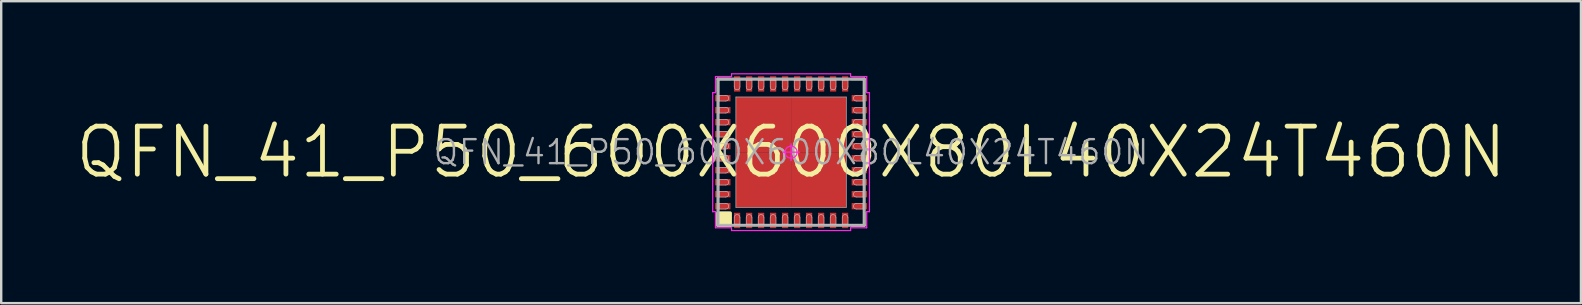
<source format=kicad_pcb>
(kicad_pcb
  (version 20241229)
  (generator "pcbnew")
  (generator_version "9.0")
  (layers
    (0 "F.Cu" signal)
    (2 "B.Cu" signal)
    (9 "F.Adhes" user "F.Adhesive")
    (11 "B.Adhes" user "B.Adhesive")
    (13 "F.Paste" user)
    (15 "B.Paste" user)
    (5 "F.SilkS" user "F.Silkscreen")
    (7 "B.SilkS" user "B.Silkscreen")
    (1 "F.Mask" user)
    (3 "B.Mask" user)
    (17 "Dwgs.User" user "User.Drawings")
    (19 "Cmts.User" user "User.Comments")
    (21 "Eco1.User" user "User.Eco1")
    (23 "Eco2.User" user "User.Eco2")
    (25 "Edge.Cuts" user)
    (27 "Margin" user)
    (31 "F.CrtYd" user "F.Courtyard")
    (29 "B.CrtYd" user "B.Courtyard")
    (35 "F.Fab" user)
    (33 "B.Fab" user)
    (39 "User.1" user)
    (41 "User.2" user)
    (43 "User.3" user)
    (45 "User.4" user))
  (footprint "QFN_41_P50_600X600X80L40X24T460N"
    (layer "F.Cu")
    (at 29.91 3.29)
    (property "Reference" "QFN_41_P50_600X600X80L40X24T460N" (at 0 0 0) (layer "F.Fab") (effects (font (size 1 1) (thickness 0.1))))
    (attr smd)
    (fp_line (start -3.05 -3.05) (end -3.05 -2.53) (stroke (width 0.1) (type solid)) (layer "F.SilkS"))
    (fp_line (start -3.05 3.05) (end -3.05 2.53) (stroke (width 0.1) (type solid)) (layer "F.SilkS"))
    (fp_line (start -2.53 -3.05) (end -3.05 -3.05) (stroke (width 0.1) (type solid)) (layer "F.SilkS"))
    (fp_line (start -2.53 3.05) (end -3.05 3.05) (stroke (width 0.1) (type solid)) (layer "F.SilkS"))
    (fp_line (start -2.53 3.05) (end -2.53 3.065) (stroke (width 0.1) (type solid)) (layer "F.SilkS"))
    (fp_line (start 2.53 -3.05) (end 3.05 -3.05) (stroke (width 0.1) (type solid)) (layer "F.SilkS"))
    (fp_line (start 2.53 3.05) (end 3.05 3.05) (stroke (width 0.1) (type solid)) (layer "F.SilkS"))
    (fp_line (start 3.05 -3.05) (end 3.05 -2.53) (stroke (width 0.1) (type solid)) (layer "F.SilkS"))
    (fp_line (start 3.05 3.05) (end 3.05 2.53) (stroke (width 0.1) (type solid)) (layer "F.SilkS"))
    (fp_poly (pts (xy -3.048 2.54) (xy -2.54 2.54) (xy -2.54 3.048) (xy -3.048 3.048)) (stroke (width 0.15) (type solid)) (fill yes) (layer "F.SilkS"))
    (fp_line (start -3 -3) (end 3 -3) (stroke (width 0.025) (type solid)) (layer "Dwgs.User"))
    (fp_line (start -3 -2.37) (end -3 -2.13) (stroke (width 0.025) (type solid)) (layer "Dwgs.User"))
    (fp_line (start -3 -2.13) (end -2.72 -2.13) (stroke (width 0.025) (type solid)) (layer "Dwgs.User"))
    (fp_line (start -3 -1.87) (end -3 -1.63) (stroke (width 0.025) (type solid)) (layer "Dwgs.User"))
    (fp_line (start -3 -1.63) (end -2.72 -1.63) (stroke (width 0.025) (type solid)) (layer "Dwgs.User"))
    (fp_line (start -3 -1.37) (end -3 -1.13) (stroke (width 0.025) (type solid)) (layer "Dwgs.User"))
    (fp_line (start -3 -1.13) (end -2.72 -1.13) (stroke (width 0.025) (type solid)) (layer "Dwgs.User"))
    (fp_line (start -3 -0.87) (end -3 -0.63) (stroke (width 0.025) (type solid)) (layer "Dwgs.User"))
    (fp_line (start -3 -0.63) (end -2.72 -0.63) (stroke (width 0.025) (type solid)) (layer "Dwgs.User"))
    (fp_line (start -3 -0.37) (end -3 -0.13) (stroke (width 0.025) (type solid)) (layer "Dwgs.User"))
    (fp_line (start -3 -0.13) (end -2.72 -0.13) (stroke (width 0.025) (type solid)) (layer "Dwgs.User"))
    (fp_line (start -3 0.13) (end -3 0.37) (stroke (width 0.025) (type solid)) (layer "Dwgs.User"))
    (fp_line (start -3 0.37) (end -2.72 0.37) (stroke (width 0.025) (type solid)) (layer "Dwgs.User"))
    (fp_line (start -3 0.63) (end -3 0.87) (stroke (width 0.025) (type solid)) (layer "Dwgs.User"))
    (fp_line (start -3 0.87) (end -2.72 0.87) (stroke (width 0.025) (type solid)) (layer "Dwgs.User"))
    (fp_line (start -3 1.13) (end -3 1.37) (stroke (width 0.025) (type solid)) (layer "Dwgs.User"))
    (fp_line (start -3 1.37) (end -2.72 1.37) (stroke (width 0.025) (type solid)) (layer "Dwgs.User"))
    (fp_line (start -3 1.63) (end -3 1.87) (stroke (width 0.025) (type solid)) (layer "Dwgs.User"))
    (fp_line (start -3 1.87) (end -2.72 1.87) (stroke (width 0.025) (type solid)) (layer "Dwgs.User"))
    (fp_line (start -3 2.13) (end -3 2.37) (stroke (width 0.025) (type solid)) (layer "Dwgs.User"))
    (fp_line (start -3 2.37) (end -2.72 2.37) (stroke (width 0.025) (type solid)) (layer "Dwgs.User"))
    (fp_line (start -3 3) (end -3 -3) (stroke (width 0.025) (type solid)) (layer "Dwgs.User"))
    (fp_line (start -2.72 -2.37) (end -3 -2.37) (stroke (width 0.025) (type solid)) (layer "Dwgs.User"))
    (fp_line (start -2.72 -1.87) (end -3 -1.87) (stroke (width 0.025) (type solid)) (layer "Dwgs.User"))
    (fp_line (start -2.72 -1.37) (end -3 -1.37) (stroke (width 0.025) (type solid)) (layer "Dwgs.User"))
    (fp_line (start -2.72 -0.87) (end -3 -0.87) (stroke (width 0.025) (type solid)) (layer "Dwgs.User"))
    (fp_line (start -2.72 -0.37) (end -3 -0.37) (stroke (width 0.025) (type solid)) (layer "Dwgs.User"))
    (fp_line (start -2.72 0.13) (end -3 0.13) (stroke (width 0.025) (type solid)) (layer "Dwgs.User"))
    (fp_line (start -2.72 0.63) (end -3 0.63) (stroke (width 0.025) (type solid)) (layer "Dwgs.User"))
    (fp_line (start -2.72 1.13) (end -3 1.13) (stroke (width 0.025) (type solid)) (layer "Dwgs.User"))
    (fp_line (start -2.72 1.63) (end -3 1.63) (stroke (width 0.025) (type solid)) (layer "Dwgs.User"))
    (fp_line (start -2.72 2.13) (end -3 2.13) (stroke (width 0.025) (type solid)) (layer "Dwgs.User"))
    (fp_line (start -2.37 -3) (end -2.37 -2.72) (stroke (width 0.025) (type solid)) (layer "Dwgs.User"))
    (fp_line (start -2.37 2.72) (end -2.37 3) (stroke (width 0.025) (type solid)) (layer "Dwgs.User"))
    (fp_line (start -2.37 3) (end -2.13 3) (stroke (width 0.025) (type solid)) (layer "Dwgs.User"))
    (fp_line (start -2.3 -2.3) (end 2.3 -2.3) (stroke (width 0.025) (type solid)) (layer "Dwgs.User"))
    (fp_line (start -2.3 2.3) (end -2.3 -2.3) (stroke (width 0.025) (type solid)) (layer "Dwgs.User"))
    (fp_line (start -2.13 -3) (end -2.37 -3) (stroke (width 0.025) (type solid)) (layer "Dwgs.User"))
    (fp_line (start -2.13 -2.72) (end -2.13 -3) (stroke (width 0.025) (type solid)) (layer "Dwgs.User"))
    (fp_line (start -2.13 3) (end -2.13 2.72) (stroke (width 0.025) (type solid)) (layer "Dwgs.User"))
    (fp_line (start -1.87 -3) (end -1.87 -2.72) (stroke (width 0.025) (type solid)) (layer "Dwgs.User"))
    (fp_line (start -1.87 2.72) (end -1.87 3) (stroke (width 0.025) (type solid)) (layer "Dwgs.User"))
    (fp_line (start -1.87 3) (end -1.63 3) (stroke (width 0.025) (type solid)) (layer "Dwgs.User"))
    (fp_line (start -1.63 -3) (end -1.87 -3) (stroke (width 0.025) (type solid)) (layer "Dwgs.User"))
    (fp_line (start -1.63 -2.72) (end -1.63 -3) (stroke (width 0.025) (type solid)) (layer "Dwgs.User"))
    (fp_line (start -1.63 3) (end -1.63 2.72) (stroke (width 0.025) (type solid)) (layer "Dwgs.User"))
    (fp_line (start -1.37 -3) (end -1.37 -2.72) (stroke (width 0.025) (type solid)) (layer "Dwgs.User"))
    (fp_line (start -1.37 2.72) (end -1.37 3) (stroke (width 0.025) (type solid)) (layer "Dwgs.User"))
    (fp_line (start -1.37 3) (end -1.13 3) (stroke (width 0.025) (type solid)) (layer "Dwgs.User"))
    (fp_line (start -1.13 -3) (end -1.37 -3) (stroke (width 0.025) (type solid)) (layer "Dwgs.User"))
    (fp_line (start -1.13 -2.72) (end -1.13 -3) (stroke (width 0.025) (type solid)) (layer "Dwgs.User"))
    (fp_line (start -1.13 3) (end -1.13 2.72) (stroke (width 0.025) (type solid)) (layer "Dwgs.User"))
    (fp_line (start -0.87 -3) (end -0.87 -2.72) (stroke (width 0.025) (type solid)) (layer "Dwgs.User"))
    (fp_line (start -0.87 2.72) (end -0.87 3) (stroke (width 0.025) (type solid)) (layer "Dwgs.User"))
    (fp_line (start -0.87 3) (end -0.63 3) (stroke (width 0.025) (type solid)) (layer "Dwgs.User"))
    (fp_line (start -0.63 -3) (end -0.87 -3) (stroke (width 0.025) (type solid)) (layer "Dwgs.User"))
    (fp_line (start -0.63 -2.72) (end -0.63 -3) (stroke (width 0.025) (type solid)) (layer "Dwgs.User"))
    (fp_line (start -0.63 3) (end -0.63 2.72) (stroke (width 0.025) (type solid)) (layer "Dwgs.User"))
    (fp_line (start -0.37 -3) (end -0.37 -2.72) (stroke (width 0.025) (type solid)) (layer "Dwgs.User"))
    (fp_line (start -0.37 2.72) (end -0.37 3) (stroke (width 0.025) (type solid)) (layer "Dwgs.User"))
    (fp_line (start -0.37 3) (end -0.13 3) (stroke (width 0.025) (type solid)) (layer "Dwgs.User"))
    (fp_line (start -0.13 -3) (end -0.37 -3) (stroke (width 0.025) (type solid)) (layer "Dwgs.User"))
    (fp_line (start -0.13 -2.72) (end -0.13 -3) (stroke (width 0.025) (type solid)) (layer "Dwgs.User"))
    (fp_line (start -0.13 3) (end -0.13 2.72) (stroke (width 0.025) (type solid)) (layer "Dwgs.User"))
    (fp_line (start 0.13 -3) (end 0.13 -2.72) (stroke (width 0.025) (type solid)) (layer "Dwgs.User"))
    (fp_line (start 0.13 2.72) (end 0.13 3) (stroke (width 0.025) (type solid)) (layer "Dwgs.User"))
    (fp_line (start 0.13 3) (end 0.37 3) (stroke (width 0.025) (type solid)) (layer "Dwgs.User"))
    (fp_line (start 0.37 -3) (end 0.13 -3) (stroke (width 0.025) (type solid)) (layer "Dwgs.User"))
    (fp_line (start 0.37 -2.72) (end 0.37 -3) (stroke (width 0.025) (type solid)) (layer "Dwgs.User"))
    (fp_line (start 0.37 3) (end 0.37 2.72) (stroke (width 0.025) (type solid)) (layer "Dwgs.User"))
    (fp_line (start 0.63 -3) (end 0.63 -2.72) (stroke (width 0.025) (type solid)) (layer "Dwgs.User"))
    (fp_line (start 0.63 2.72) (end 0.63 3) (stroke (width 0.025) (type solid)) (layer "Dwgs.User"))
    (fp_line (start 0.63 3) (end 0.87 3) (stroke (width 0.025) (type solid)) (layer "Dwgs.User"))
    (fp_line (start 0.87 -3) (end 0.63 -3) (stroke (width 0.025) (type solid)) (layer "Dwgs.User"))
    (fp_line (start 0.87 -2.72) (end 0.87 -3) (stroke (width 0.025) (type solid)) (layer "Dwgs.User"))
    (fp_line (start 0.87 3) (end 0.87 2.72) (stroke (width 0.025) (type solid)) (layer "Dwgs.User"))
    (fp_line (start 1.13 -3) (end 1.13 -2.72) (stroke (width 0.025) (type solid)) (layer "Dwgs.User"))
    (fp_line (start 1.13 2.72) (end 1.13 3) (stroke (width 0.025) (type solid)) (layer "Dwgs.User"))
    (fp_line (start 1.13 3) (end 1.37 3) (stroke (width 0.025) (type solid)) (layer "Dwgs.User"))
    (fp_line (start 1.37 -3) (end 1.13 -3) (stroke (width 0.025) (type solid)) (layer "Dwgs.User"))
    (fp_line (start 1.37 -2.72) (end 1.37 -3) (stroke (width 0.025) (type solid)) (layer "Dwgs.User"))
    (fp_line (start 1.37 3) (end 1.37 2.72) (stroke (width 0.025) (type solid)) (layer "Dwgs.User"))
    (fp_line (start 1.63 -3) (end 1.63 -2.72) (stroke (width 0.025) (type solid)) (layer "Dwgs.User"))
    (fp_line (start 1.63 2.72) (end 1.63 3) (stroke (width 0.025) (type solid)) (layer "Dwgs.User"))
    (fp_line (start 1.63 3) (end 1.87 3) (stroke (width 0.025) (type solid)) (layer "Dwgs.User"))
    (fp_line (start 1.87 -3) (end 1.63 -3) (stroke (width 0.025) (type solid)) (layer "Dwgs.User"))
    (fp_line (start 1.87 -2.72) (end 1.87 -3) (stroke (width 0.025) (type solid)) (layer "Dwgs.User"))
    (fp_line (start 1.87 3) (end 1.87 2.72) (stroke (width 0.025) (type solid)) (layer "Dwgs.User"))
    (fp_line (start 2.13 -3) (end 2.13 -2.72) (stroke (width 0.025) (type solid)) (layer "Dwgs.User"))
    (fp_line (start 2.13 2.72) (end 2.13 3) (stroke (width 0.025) (type solid)) (layer "Dwgs.User"))
    (fp_line (start 2.13 3) (end 2.37 3) (stroke (width 0.025) (type solid)) (layer "Dwgs.User"))
    (fp_line (start 2.3 -2.3) (end 2.3 2.3) (stroke (width 0.025) (type solid)) (layer "Dwgs.User"))
    (fp_line (start 2.3 2.3) (end -2.3 2.3) (stroke (width 0.025) (type solid)) (layer "Dwgs.User"))
    (fp_line (start 2.37 -3) (end 2.13 -3) (stroke (width 0.025) (type solid)) (layer "Dwgs.User"))
    (fp_line (start 2.37 -2.72) (end 2.37 -3) (stroke (width 0.025) (type solid)) (layer "Dwgs.User"))
    (fp_line (start 2.37 3) (end 2.37 2.72) (stroke (width 0.025) (type solid)) (layer "Dwgs.User"))
    (fp_line (start 2.72 -2.13) (end 3 -2.13) (stroke (width 0.025) (type solid)) (layer "Dwgs.User"))
    (fp_line (start 2.72 -1.63) (end 3 -1.63) (stroke (width 0.025) (type solid)) (layer "Dwgs.User"))
    (fp_line (start 2.72 -1.13) (end 3 -1.13) (stroke (width 0.025) (type solid)) (layer "Dwgs.User"))
    (fp_line (start 2.72 -0.63) (end 3 -0.63) (stroke (width 0.025) (type solid)) (layer "Dwgs.User"))
    (fp_line (start 2.72 -0.13) (end 3 -0.13) (stroke (width 0.025) (type solid)) (layer "Dwgs.User"))
    (fp_line (start 2.72 0.37) (end 3 0.37) (stroke (width 0.025) (type solid)) (layer "Dwgs.User"))
    (fp_line (start 2.72 0.87) (end 3 0.87) (stroke (width 0.025) (type solid)) (layer "Dwgs.User"))
    (fp_line (start 2.72 1.37) (end 3 1.37) (stroke (width 0.025) (type solid)) (layer "Dwgs.User"))
    (fp_line (start 2.72 1.87) (end 3 1.87) (stroke (width 0.025) (type solid)) (layer "Dwgs.User"))
    (fp_line (start 2.72 2.37) (end 3 2.37) (stroke (width 0.025) (type solid)) (layer "Dwgs.User"))
    (fp_line (start 3 -3) (end 3 3) (stroke (width 0.025) (type solid)) (layer "Dwgs.User"))
    (fp_line (start 3 -2.37) (end 2.72 -2.37) (stroke (width 0.025) (type solid)) (layer "Dwgs.User"))
    (fp_line (start 3 -2.13) (end 3 -2.37) (stroke (width 0.025) (type solid)) (layer "Dwgs.User"))
    (fp_line (start 3 -1.87) (end 2.72 -1.87) (stroke (width 0.025) (type solid)) (layer "Dwgs.User"))
    (fp_line (start 3 -1.63) (end 3 -1.87) (stroke (width 0.025) (type solid)) (layer "Dwgs.User"))
    (fp_line (start 3 -1.37) (end 2.72 -1.37) (stroke (width 0.025) (type solid)) (layer "Dwgs.User"))
    (fp_line (start 3 -1.13) (end 3 -1.37) (stroke (width 0.025) (type solid)) (layer "Dwgs.User"))
    (fp_line (start 3 -0.87) (end 2.72 -0.87) (stroke (width 0.025) (type solid)) (layer "Dwgs.User"))
    (fp_line (start 3 -0.63) (end 3 -0.87) (stroke (width 0.025) (type solid)) (layer "Dwgs.User"))
    (fp_line (start 3 -0.37) (end 2.72 -0.37) (stroke (width 0.025) (type solid)) (layer "Dwgs.User"))
    (fp_line (start 3 -0.13) (end 3 -0.37) (stroke (width 0.025) (type solid)) (layer "Dwgs.User"))
    (fp_line (start 3 0.13) (end 2.72 0.13) (stroke (width 0.025) (type solid)) (layer "Dwgs.User"))
    (fp_line (start 3 0.37) (end 3 0.13) (stroke (width 0.025) (type solid)) (layer "Dwgs.User"))
    (fp_line (start 3 0.63) (end 2.72 0.63) (stroke (width 0.025) (type solid)) (layer "Dwgs.User"))
    (fp_line (start 3 0.87) (end 3 0.63) (stroke (width 0.025) (type solid)) (layer "Dwgs.User"))
    (fp_line (start 3 1.13) (end 2.72 1.13) (stroke (width 0.025) (type solid)) (layer "Dwgs.User"))
    (fp_line (start 3 1.37) (end 3 1.13) (stroke (width 0.025) (type solid)) (layer "Dwgs.User"))
    (fp_line (start 3 1.63) (end 2.72 1.63) (stroke (width 0.025) (type solid)) (layer "Dwgs.User"))
    (fp_line (start 3 1.87) (end 3 1.63) (stroke (width 0.025) (type solid)) (layer "Dwgs.User"))
    (fp_line (start 3 2.13) (end 2.72 2.13) (stroke (width 0.025) (type solid)) (layer "Dwgs.User"))
    (fp_line (start 3 2.37) (end 3 2.13) (stroke (width 0.025) (type solid)) (layer "Dwgs.User"))
    (fp_line (start 3 3) (end -3 3) (stroke (width 0.025) (type solid)) (layer "Dwgs.User"))
    (fp_arc (start -2.72 -2.37) (mid -2.6 -2.25) (end -2.72 -2.13) (stroke (width 0.025) (type solid)) (layer "Dwgs.User"))
    (fp_arc (start -2.72 -1.87) (mid -2.6 -1.75) (end -2.72 -1.63) (stroke (width 0.025) (type solid)) (layer "Dwgs.User"))
    (fp_arc (start -2.72 -1.37) (mid -2.6 -1.25) (end -2.72 -1.13) (stroke (width 0.025) (type solid)) (layer "Dwgs.User"))
    (fp_arc (start -2.72 -0.87) (mid -2.6 -0.75) (end -2.72 -0.63) (stroke (width 0.025) (type solid)) (layer "Dwgs.User"))
    (fp_arc (start -2.72 -0.37) (mid -2.6 -0.25) (end -2.72 -0.13) (stroke (width 0.025) (type solid)) (layer "Dwgs.User"))
    (fp_arc (start -2.72 0.13) (mid -2.6 0.25) (end -2.72 0.37) (stroke (width 0.025) (type solid)) (layer "Dwgs.User"))
    (fp_arc (start -2.72 0.63) (mid -2.6 0.75) (end -2.72 0.87) (stroke (width 0.025) (type solid)) (layer "Dwgs.User"))
    (fp_arc (start -2.72 1.13) (mid -2.6 1.25) (end -2.72 1.37) (stroke (width 0.025) (type solid)) (layer "Dwgs.User"))
    (fp_arc (start -2.72 1.63) (mid -2.6 1.75) (end -2.72 1.87) (stroke (width 0.025) (type solid)) (layer "Dwgs.User"))
    (fp_arc (start -2.72 2.13) (mid -2.6 2.25) (end -2.72 2.37) (stroke (width 0.025) (type solid)) (layer "Dwgs.User"))
    (fp_arc (start -2.37 2.72) (mid -2.25 2.6) (end -2.13 2.72) (stroke (width 0.025) (type solid)) (layer "Dwgs.User"))
    (fp_arc (start -2.13 -2.72) (mid -2.25 -2.6) (end -2.37 -2.72) (stroke (width 0.025) (type solid)) (layer "Dwgs.User"))
    (fp_arc (start -1.87 2.72) (mid -1.75 2.6) (end -1.63 2.72) (stroke (width 0.025) (type solid)) (layer "Dwgs.User"))
    (fp_arc (start -1.63 -2.72) (mid -1.75 -2.6) (end -1.87 -2.72) (stroke (width 0.025) (type solid)) (layer "Dwgs.User"))
    (fp_arc (start -1.37 2.72) (mid -1.25 2.6) (end -1.13 2.72) (stroke (width 0.025) (type solid)) (layer "Dwgs.User"))
    (fp_arc (start -1.13 -2.72) (mid -1.25 -2.6) (end -1.37 -2.72) (stroke (width 0.025) (type solid)) (layer "Dwgs.User"))
    (fp_arc (start -0.87 2.72) (mid -0.75 2.6) (end -0.63 2.72) (stroke (width 0.025) (type solid)) (layer "Dwgs.User"))
    (fp_arc (start -0.63 -2.72) (mid -0.75 -2.6) (end -0.87 -2.72) (stroke (width 0.025) (type solid)) (layer "Dwgs.User"))
    (fp_arc (start -0.37 2.72) (mid -0.25 2.6) (end -0.13 2.72) (stroke (width 0.025) (type solid)) (layer "Dwgs.User"))
    (fp_arc (start -0.13 -2.72) (mid -0.25 -2.6) (end -0.37 -2.72) (stroke (width 0.025) (type solid)) (layer "Dwgs.User"))
    (fp_arc (start 0.13 2.72) (mid 0.25 2.6) (end 0.37 2.72) (stroke (width 0.025) (type solid)) (layer "Dwgs.User"))
    (fp_arc (start 0.37 -2.72) (mid 0.25 -2.6) (end 0.13 -2.72) (stroke (width 0.025) (type solid)) (layer "Dwgs.User"))
    (fp_arc (start 0.63 2.72) (mid 0.75 2.6) (end 0.87 2.72) (stroke (width 0.025) (type solid)) (layer "Dwgs.User"))
    (fp_arc (start 0.87 -2.72) (mid 0.75 -2.6) (end 0.63 -2.72) (stroke (width 0.025) (type solid)) (layer "Dwgs.User"))
    (fp_arc (start 1.13 2.72) (mid 1.25 2.6) (end 1.37 2.72) (stroke (width 0.025) (type solid)) (layer "Dwgs.User"))
    (fp_arc (start 1.37 -2.72) (mid 1.25 -2.6) (end 1.13 -2.72) (stroke (width 0.025) (type solid)) (layer "Dwgs.User"))
    (fp_arc (start 1.63 2.72) (mid 1.75 2.6) (end 1.87 2.72) (stroke (width 0.025) (type solid)) (layer "Dwgs.User"))
    (fp_arc (start 1.87 -2.72) (mid 1.75 -2.6) (end 1.63 -2.72) (stroke (width 0.025) (type solid)) (layer "Dwgs.User"))
    (fp_arc (start 2.13 2.72) (mid 2.25 2.6) (end 2.37 2.72) (stroke (width 0.025) (type solid)) (layer "Dwgs.User"))
    (fp_arc (start 2.37 -2.72) (mid 2.25 -2.6) (end 2.13 -2.72) (stroke (width 0.025) (type solid)) (layer "Dwgs.User"))
    (fp_arc (start 2.72 -2.13) (mid 2.6 -2.25) (end 2.72 -2.37) (stroke (width 0.025) (type solid)) (layer "Dwgs.User"))
    (fp_arc (start 2.72 -1.63) (mid 2.6 -1.75) (end 2.72 -1.87) (stroke (width 0.025) (type solid)) (layer "Dwgs.User"))
    (fp_arc (start 2.72 -1.13) (mid 2.6 -1.25) (end 2.72 -1.37) (stroke (width 0.025) (type solid)) (layer "Dwgs.User"))
    (fp_arc (start 2.72 -0.63) (mid 2.6 -0.75) (end 2.72 -0.87) (stroke (width 0.025) (type solid)) (layer "Dwgs.User"))
    (fp_arc (start 2.72 -0.13) (mid 2.6 -0.25) (end 2.72 -0.37) (stroke (width 0.025) (type solid)) (layer "Dwgs.User"))
    (fp_arc (start 2.72 0.37) (mid 2.6 0.25) (end 2.72 0.13) (stroke (width 0.025) (type solid)) (layer "Dwgs.User"))
    (fp_arc (start 2.72 0.87) (mid 2.6 0.75) (end 2.72 0.63) (stroke (width 0.025) (type solid)) (layer "Dwgs.User"))
    (fp_arc (start 2.72 1.37) (mid 2.6 1.25) (end 2.72 1.13) (stroke (width 0.025) (type solid)) (layer "Dwgs.User"))
    (fp_arc (start 2.72 1.87) (mid 2.6 1.75) (end 2.72 1.63) (stroke (width 0.025) (type solid)) (layer "Dwgs.User"))
    (fp_arc (start 2.72 2.37) (mid 2.6 2.25) (end 2.72 2.13) (stroke (width 0.025) (type solid)) (layer "Dwgs.User"))
    (fp_line (start -3.265 -2.48) (end -3.265 2.48) (stroke (width 0.05) (type solid)) (layer "F.CrtYd"))
    (fp_line (start -3.265 2.48) (end -3.15 2.48) (stroke (width 0.05) (type solid)) (layer "F.CrtYd"))
    (fp_line (start -3.15 -3.15) (end -3.15 -2.48) (stroke (width 0.05) (type solid)) (layer "F.CrtYd"))
    (fp_line (start -3.15 -2.48) (end -3.265 -2.48) (stroke (width 0.05) (type solid)) (layer "F.CrtYd"))
    (fp_line (start -3.15 2.48) (end -3.15 3.15) (stroke (width 0.05) (type solid)) (layer "F.CrtYd"))
    (fp_line (start -3.15 3.15) (end -2.48 3.15) (stroke (width 0.05) (type solid)) (layer "F.CrtYd"))
    (fp_line (start -2.48 -3.265) (end -2.48 -3.15) (stroke (width 0.05) (type solid)) (layer "F.CrtYd"))
    (fp_line (start -2.48 -3.15) (end -3.15 -3.15) (stroke (width 0.05) (type solid)) (layer "F.CrtYd"))
    (fp_line (start -2.48 3.15) (end -2.48 3.265) (stroke (width 0.05) (type solid)) (layer "F.CrtYd"))
    (fp_line (start -2.48 3.265) (end 2.48 3.265) (stroke (width 0.05) (type solid)) (layer "F.CrtYd"))
    (fp_line (start -0.35 0) (end 0.35 0) (stroke (width 0.05) (type solid)) (layer "F.CrtYd"))
    (fp_line (start 0 -0.35) (end 0 0.35) (stroke (width 0.05) (type solid)) (layer "F.CrtYd"))
    (fp_line (start 2.48 -3.265) (end -2.48 -3.265) (stroke (width 0.05) (type solid)) (layer "F.CrtYd"))
    (fp_line (start 2.48 -3.15) (end 2.48 -3.265) (stroke (width 0.05) (type solid)) (layer "F.CrtYd"))
    (fp_line (start 2.48 3.15) (end 3.15 3.15) (stroke (width 0.05) (type solid)) (layer "F.CrtYd"))
    (fp_line (start 2.48 3.265) (end 2.48 3.15) (stroke (width 0.05) (type solid)) (layer "F.CrtYd"))
    (fp_line (start 3.15 -3.15) (end 2.48 -3.15) (stroke (width 0.05) (type solid)) (layer "F.CrtYd"))
    (fp_line (start 3.15 -2.48) (end 3.15 -3.15) (stroke (width 0.05) (type solid)) (layer "F.CrtYd"))
    (fp_line (start 3.15 2.48) (end 3.265 2.48) (stroke (width 0.05) (type solid)) (layer "F.CrtYd"))
    (fp_line (start 3.15 3.15) (end 3.15 2.48) (stroke (width 0.05) (type solid)) (layer "F.CrtYd"))
    (fp_line (start 3.265 -2.48) (end 3.15 -2.48) (stroke (width 0.05) (type solid)) (layer "F.CrtYd"))
    (fp_line (start 3.265 2.48) (end 3.265 -2.48) (stroke (width 0.05) (type solid)) (layer "F.CrtYd"))
    (fp_circle (center 0 0) (end 0 0.25) (stroke (width 0.05) (type solid)) (fill no) (layer "F.CrtYd"))
    (fp_line (start -3.05 -3.05) (end 3.05 -3.05) (stroke (width 0.12) (type solid)) (layer "F.Fab"))
    (fp_line (start -3.05 3.05) (end -3.05 -3.05) (stroke (width 0.12) (type solid)) (layer "F.Fab"))
    (fp_line (start 3.05 -3.05) (end 3.05 3.05) (stroke (width 0.12) (type solid)) (layer "F.Fab"))
    (fp_line (start 3.05 3.05) (end -3.05 3.05) (stroke (width 0.12) (type solid)) (layer "F.Fab"))
    (fp_text user "${REFERENCE}" (at 0 0 0) (layer "F.SilkS") (effects (font (size 2 2) (thickness 0.2))))
    (pad "" smd rect (at -1.15 -1.15 90) (size 1.63 1.63) (layers "F.Paste"))
    (pad "" smd rect (at -1.15 1.15 90) (size 1.63 1.63) (layers "F.Paste"))
    (pad "" smd rect (at 1.15 -1.15 90) (size 1.63 1.63) (layers "F.Paste"))
    (pad "" smd rect (at 1.15 1.15 90) (size 1.63 1.63) (layers "F.Paste"))
    (pad "1" smd rect (at -2.25 2.845 90) (size 0.64 0.26) (layers "F.Cu" "F.Mask" "F.Paste"))
    (pad "2" smd rect (at -1.75 2.845 90) (size 0.64 0.26) (layers "F.Cu" "F.Mask" "F.Paste"))
    (pad "3" smd rect (at -1.25 2.845 90) (size 0.64 0.26) (layers "F.Cu" "F.Mask" "F.Paste"))
    (pad "4" smd rect (at -0.75 2.845 90) (size 0.64 0.26) (layers "F.Cu" "F.Mask" "F.Paste"))
    (pad "5" smd rect (at -0.25 2.845 90) (size 0.64 0.26) (layers "F.Cu" "F.Mask" "F.Paste"))
    (pad "6" smd rect (at 0.25 2.845 90) (size 0.64 0.26) (layers "F.Cu" "F.Mask" "F.Paste"))
    (pad "7" smd rect (at 0.75 2.845 90) (size 0.64 0.26) (layers "F.Cu" "F.Mask" "F.Paste"))
    (pad "8" smd rect (at 1.25 2.845 90) (size 0.64 0.26) (layers "F.Cu" "F.Mask" "F.Paste"))
    (pad "9" smd rect (at 1.75 2.845 90) (size 0.64 0.26) (layers "F.Cu" "F.Mask" "F.Paste"))
    (pad "10" smd rect (at 2.25 2.845 90) (size 0.64 0.26) (layers "F.Cu" "F.Mask" "F.Paste"))
    (pad "11" smd rect (at 2.845 2.25) (size 0.64 0.26) (layers "F.Cu" "F.Mask" "F.Paste"))
    (pad "12" smd rect (at 2.845 1.75) (size 0.64 0.26) (layers "F.Cu" "F.Mask" "F.Paste"))
    (pad "13" smd rect (at 2.845 1.25) (size 0.64 0.26) (layers "F.Cu" "F.Mask" "F.Paste"))
    (pad "14" smd rect (at 2.845 0.75) (size 0.64 0.26) (layers "F.Cu" "F.Mask" "F.Paste"))
    (pad "15" smd rect (at 2.845 0.25) (size 0.64 0.26) (layers "F.Cu" "F.Mask" "F.Paste"))
    (pad "16" smd rect (at 2.845 -0.25) (size 0.64 0.26) (layers "F.Cu" "F.Mask" "F.Paste"))
    (pad "17" smd rect (at 2.845 -0.75) (size 0.64 0.26) (layers "F.Cu" "F.Mask" "F.Paste"))
    (pad "18" smd rect (at 2.845 -1.25) (size 0.64 0.26) (layers "F.Cu" "F.Mask" "F.Paste"))
    (pad "19" smd rect (at 2.845 -1.75) (size 0.64 0.26) (layers "F.Cu" "F.Mask" "F.Paste"))
    (pad "20" smd rect (at 2.845 -2.25) (size 0.64 0.26) (layers "F.Cu" "F.Mask" "F.Paste"))
    (pad "21" smd rect (at 2.25 -2.845 90) (size 0.64 0.26) (layers "F.Cu" "F.Mask" "F.Paste"))
    (pad "22" smd rect (at 1.75 -2.845 90) (size 0.64 0.26) (layers "F.Cu" "F.Mask" "F.Paste"))
    (pad "23" smd rect (at 1.25 -2.845 90) (size 0.64 0.26) (layers "F.Cu" "F.Mask" "F.Paste"))
    (pad "24" smd rect (at 0.75 -2.845 90) (size 0.64 0.26) (layers "F.Cu" "F.Mask" "F.Paste"))
    (pad "25" smd rect (at 0.25 -2.845 90) (size 0.64 0.26) (layers "F.Cu" "F.Mask" "F.Paste"))
    (pad "26" smd rect (at -0.25 -2.845 90) (size 0.64 0.26) (layers "F.Cu" "F.Mask" "F.Paste"))
    (pad "27" smd rect (at -0.75 -2.845 90) (size 0.64 0.26) (layers "F.Cu" "F.Mask" "F.Paste"))
    (pad "28" smd rect (at -1.25 -2.845 90) (size 0.64 0.26) (layers "F.Cu" "F.Mask" "F.Paste"))
    (pad "29" smd rect (at -1.75 -2.845 90) (size 0.64 0.26) (layers "F.Cu" "F.Mask" "F.Paste"))
    (pad "30" smd rect (at -2.25 -2.845 90) (size 0.64 0.26) (layers "F.Cu" "F.Mask" "F.Paste"))
    (pad "31" smd rect (at -2.845 -2.25) (size 0.64 0.26) (layers "F.Cu" "F.Mask" "F.Paste"))
    (pad "32" smd rect (at -2.845 -1.75) (size 0.64 0.26) (layers "F.Cu" "F.Mask" "F.Paste"))
    (pad "33" smd rect (at -2.845 -1.25) (size 0.64 0.26) (layers "F.Cu" "F.Mask" "F.Paste"))
    (pad "34" smd rect (at -2.845 -0.75) (size 0.64 0.26) (layers "F.Cu" "F.Mask" "F.Paste"))
    (pad "35" smd rect (at -2.845 -0.25) (size 0.64 0.26) (layers "F.Cu" "F.Mask" "F.Paste"))
    (pad "36" smd rect (at -2.845 0.25) (size 0.64 0.26) (layers "F.Cu" "F.Mask" "F.Paste"))
    (pad "37" smd rect (at -2.845 0.75) (size 0.64 0.26) (layers "F.Cu" "F.Mask" "F.Paste"))
    (pad "38" smd rect (at -2.845 1.25) (size 0.64 0.26) (layers "F.Cu" "F.Mask" "F.Paste"))
    (pad "39" smd rect (at -2.845 1.75) (size 0.64 0.26) (layers "F.Cu" "F.Mask" "F.Paste"))
    (pad "40" smd rect (at -2.845 2.25) (size 0.64 0.26) (layers "F.Cu" "F.Mask" "F.Paste"))
    (pad "41" smd rect (at -1.15 -1.15) (size 2.3 2.3) (layers "F.Cu" "F.Mask" "F.Paste"))
    (pad "41" smd rect (at -1.15 1.15) (size 2.3 2.3) (layers "F.Cu" "F.Mask" "F.Paste"))
    (pad "41" smd rect (at 1.15 -1.15) (size 2.3 2.3) (layers "F.Cu" "F.Mask" "F.Paste"))
    (pad "41" smd rect (at 1.15 1.15) (size 2.3 2.3) (layers "F.Cu" "F.Mask" "F.Paste")))
  (gr_rect
    (start -3 -3)
    (end 62.819 9.58)
    (stroke (width 0.1) (type default))
    (fill no)
    (layer "Edge.Cuts")))
</source>
